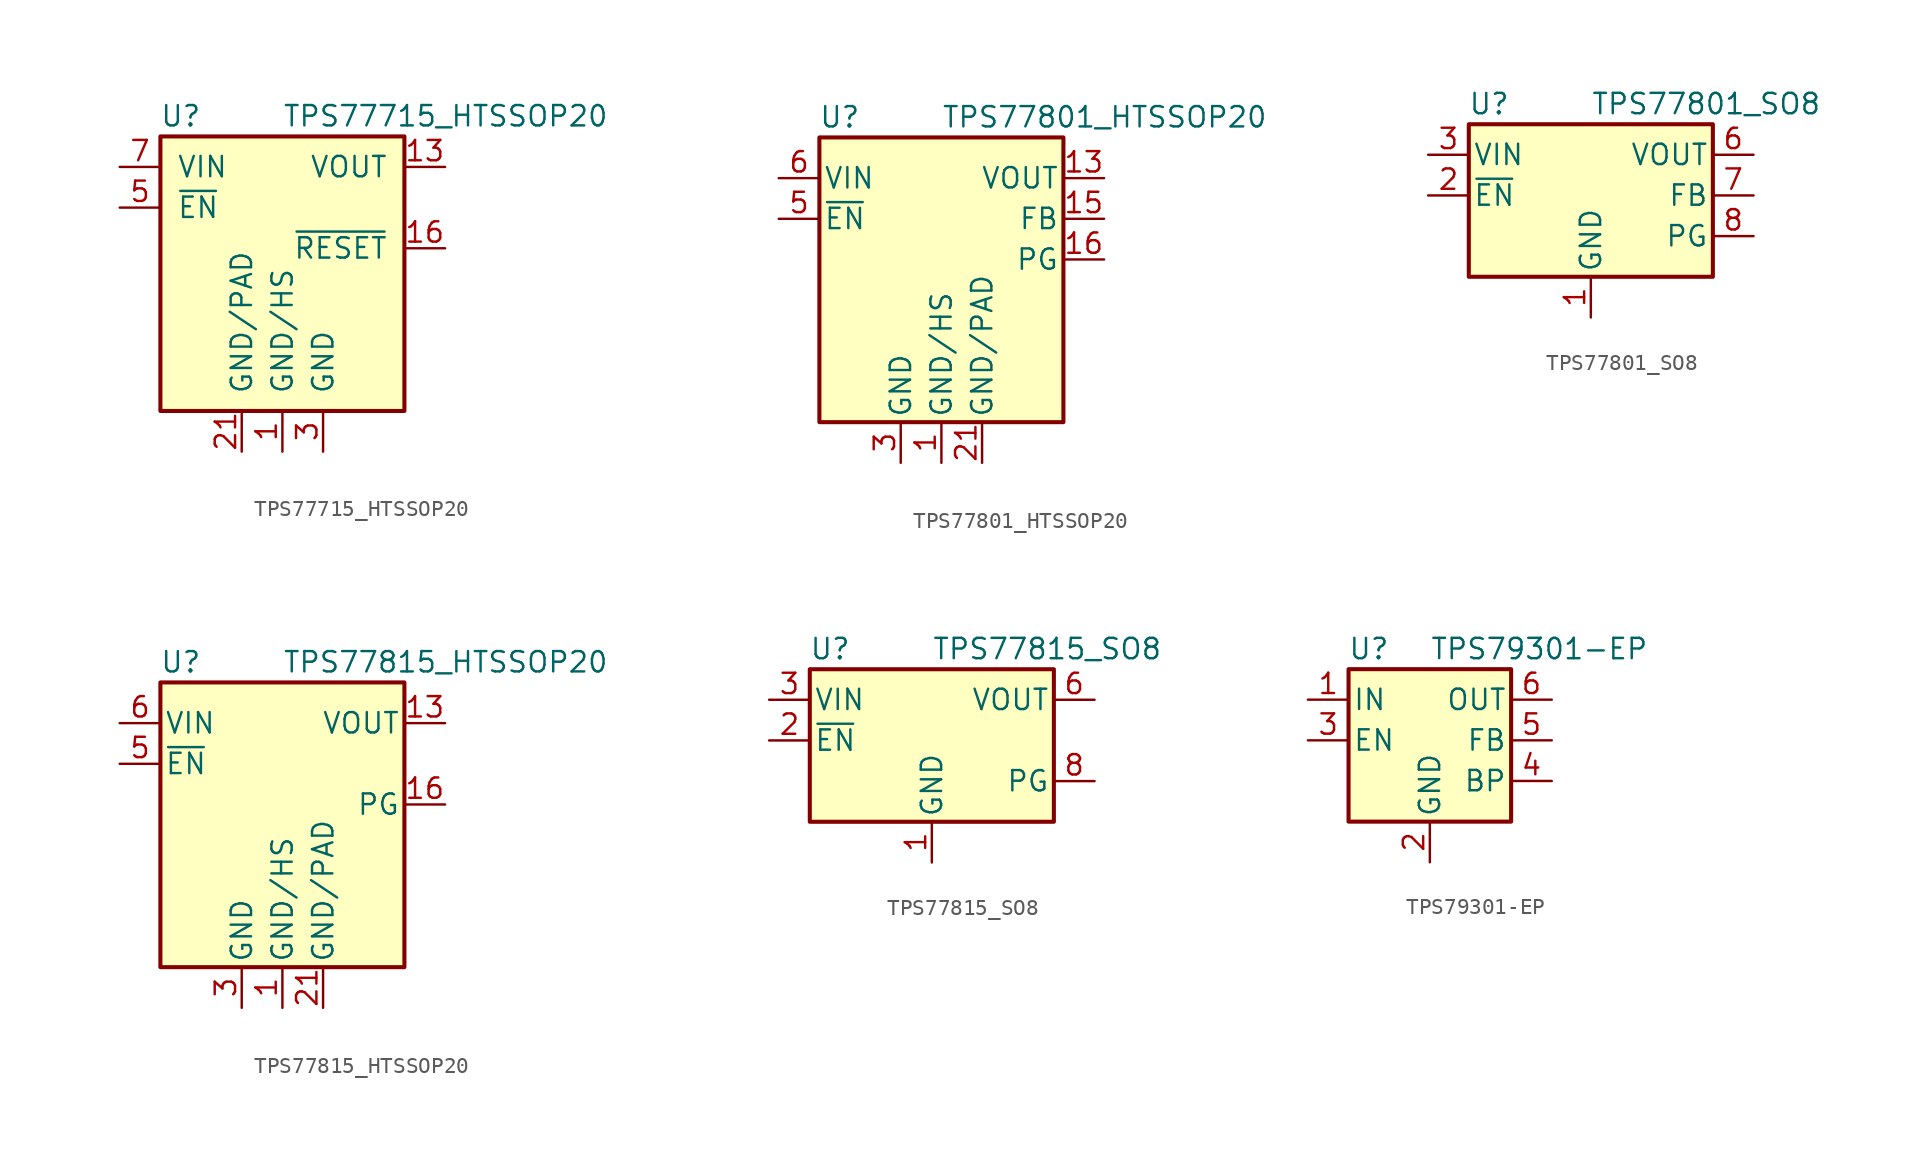
<source format=kicad_sym>
(kicad_symbol_lib
  (version 20201005)
  (generator kicad_symbol_editor)
  (symbol "TPS77715_HTSSOP20"
    (pin_names
      (offset 1.016))
    (property "Reference" "U"
      (at -6.35 5.715 0)
      (effects (font (size 1.27 1.27))))
    (property "Value" "TPS77715_HTSSOP20"
      (at 0 5.715 0)
      (effects (font (size 1.27 1.27)) (justify left)))
    (symbol "TPS77715_HTSSOP20_0_1"
      (rectangle (start -7.62 4.445) (end 7.62 -12.7) (stroke (width 0.254)) (fill (type background))))
    (symbol "TPS77715_HTSSOP20_1_1"
      (pin power_in line (at 0 -15.24 90) (length 2.54) (name "GND/HS" (effects (font (size 1.27 1.27)))) (number "1" (effects (font (size 1.27 1.27)))))
      (pin passive line (at 0 -15.24 90) (length 2.54) hide (name "GND/HS" (effects (font (size 1.27 1.27)))) (number "10" (effects (font (size 1.27 1.27)))))
      (pin passive line (at 0 -15.24 90) (length 2.54) hide (name "GND/HS" (effects (font (size 1.27 1.27)))) (number "11" (effects (font (size 1.27 1.27)))))
      (pin passive line (at 0 -15.24 90) (length 2.54) hide (name "GND/HS" (effects (font (size 1.27 1.27)))) (number "12" (effects (font (size 1.27 1.27)))))
      (pin power_out line (at 10.16 2.54 180) (length 2.54) (name "VOUT" (effects (font (size 1.27 1.27)))) (number "13" (effects (font (size 1.27 1.27)))))
      (pin passive line (at 10.16 2.54 180) (length 2.54) hide (name "VOUT" (effects (font (size 1.27 1.27)))) (number "14" (effects (font (size 1.27 1.27)))))
      (pin no_connect line (at 10.16 0 180) (length 2.54) hide (name "NC" (effects (font (size 1.27 1.27)))) (number "15" (effects (font (size 1.27 1.27)))))
      (pin open_collector line (at 10.16 -2.54 180) (length 2.54) (name "~RESET~" (effects (font (size 1.27 1.27)))) (number "16" (effects (font (size 1.27 1.27)))))
      (pin no_connect line (at 10.16 -5.08 180) (length 2.54) hide (name "NC" (effects (font (size 1.27 1.27)))) (number "17" (effects (font (size 1.27 1.27)))))
      (pin no_connect line (at 10.16 -7.62 180) (length 2.54) hide (name "NC" (effects (font (size 1.27 1.27)))) (number "18" (effects (font (size 1.27 1.27)))))
      (pin passive line (at 0 -15.24 90) (length 2.54) hide (name "GND/HS" (effects (font (size 1.27 1.27)))) (number "19" (effects (font (size 1.27 1.27)))))
      (pin passive line (at 0 -15.24 90) (length 2.54) hide (name "GND/HS" (effects (font (size 1.27 1.27)))) (number "2" (effects (font (size 1.27 1.27)))))
      (pin passive line (at 0 -15.24 90) (length 2.54) hide (name "GND/HS" (effects (font (size 1.27 1.27)))) (number "20" (effects (font (size 1.27 1.27)))))
      (pin power_in line (at -2.54 -15.24 90) (length 2.54) (name "GND/PAD" (effects (font (size 1.27 1.27)))) (number "21" (effects (font (size 1.27 1.27)))))
      (pin power_in line (at 2.54 -15.24 90) (length 2.54) (name "GND" (effects (font (size 1.27 1.27)))) (number "3" (effects (font (size 1.27 1.27)))))
      (pin no_connect line (at -10.16 -2.54 0) (length 2.54) hide (name "NC" (effects (font (size 1.27 1.27)))) (number "4" (effects (font (size 1.27 1.27)))))
      (pin input line (at -10.16 0 0) (length 2.54) (name "~EN~" (effects (font (size 1.27 1.27)))) (number "5" (effects (font (size 1.27 1.27)))))
      (pin passive line (at -10.16 2.54 0) (length 2.54) hide (name "VIN" (effects (font (size 1.27 1.27)))) (number "6" (effects (font (size 1.27 1.27)))))
      (pin power_in line (at -10.16 2.54 0) (length 2.54) (name "VIN" (effects (font (size 1.27 1.27)))) (number "7" (effects (font (size 1.27 1.27)))))
      (pin no_connect line (at -10.16 -5.08 0) (length 2.54) hide (name "NC" (effects (font (size 1.27 1.27)))) (number "8" (effects (font (size 1.27 1.27)))))
      (pin passive line (at 0 -15.24 90) (length 2.54) hide (name "GND/HS" (effects (font (size 1.27 1.27)))) (number "9" (effects (font (size 1.27 1.27)))))))
  (symbol "TPS77801_HTSSOP20"
    (pin_names
      (offset 0.254))
    (property "Reference" "U"
      (at -6.35 8.89 0)
      (effects (font (size 1.27 1.27))))
    (property "Value" "TPS77801_HTSSOP20"
      (at 0 8.89 0)
      (effects (font (size 1.27 1.27)) (justify left)))
    (symbol "TPS77801_HTSSOP20_0_1"
      (rectangle (start -7.62 7.62) (end 7.62 -10.16) (stroke (width 0.254)) (fill (type background))))
    (symbol "TPS77801_HTSSOP20_1_1"
      (pin power_in line (at 0 -12.7 90) (length 2.54) (name "GND/HS" (effects (font (size 1.27 1.27)))) (number "1" (effects (font (size 1.27 1.27)))))
      (pin passive line (at 0 -12.7 90) (length 2.54) hide (name "GND/HS" (effects (font (size 1.27 1.27)))) (number "10" (effects (font (size 1.27 1.27)))))
      (pin passive line (at 0 -12.7 90) (length 2.54) hide (name "GND/HS" (effects (font (size 1.27 1.27)))) (number "11" (effects (font (size 1.27 1.27)))))
      (pin passive line (at 0 -12.7 90) (length 2.54) hide (name "GND/HS" (effects (font (size 1.27 1.27)))) (number "12" (effects (font (size 1.27 1.27)))))
      (pin power_out line (at 10.16 5.08 180) (length 2.54) (name "VOUT" (effects (font (size 1.27 1.27)))) (number "13" (effects (font (size 1.27 1.27)))))
      (pin passive line (at 10.16 5.08 180) (length 2.54) hide (name "VOUT" (effects (font (size 1.27 1.27)))) (number "14" (effects (font (size 1.27 1.27)))))
      (pin passive line (at 10.16 2.54 180) (length 2.54) (name "FB" (effects (font (size 1.27 1.27)))) (number "15" (effects (font (size 1.27 1.27)))))
      (pin open_collector line (at 10.16 0 180) (length 2.54) (name "PG" (effects (font (size 1.27 1.27)))) (number "16" (effects (font (size 1.27 1.27)))))
      (pin no_connect line (at 10.16 -2.54 180) (length 2.54) hide (name "NC" (effects (font (size 1.27 1.27)))) (number "17" (effects (font (size 1.27 1.27)))))
      (pin no_connect line (at 10.16 -5.08 180) (length 2.54) hide (name "NC" (effects (font (size 1.27 1.27)))) (number "18" (effects (font (size 1.27 1.27)))))
      (pin passive line (at 0 -12.7 90) (length 2.54) hide (name "GND/HS" (effects (font (size 1.27 1.27)))) (number "19" (effects (font (size 1.27 1.27)))))
      (pin passive line (at 0 -12.7 90) (length 2.54) hide (name "GND/HS" (effects (font (size 1.27 1.27)))) (number "2" (effects (font (size 1.27 1.27)))))
      (pin passive line (at 0 -12.7 90) (length 2.54) hide (name "GND/HS" (effects (font (size 1.27 1.27)))) (number "20" (effects (font (size 1.27 1.27)))))
      (pin power_in line (at 2.54 -12.7 90) (length 2.54) (name "GND/PAD" (effects (font (size 1.27 1.27)))) (number "21" (effects (font (size 1.27 1.27)))))
      (pin power_in line (at -2.54 -12.7 90) (length 2.54) (name "GND" (effects (font (size 1.27 1.27)))) (number "3" (effects (font (size 1.27 1.27)))))
      (pin no_connect line (at -10.16 0 0) (length 2.54) hide (name "NC" (effects (font (size 1.27 1.27)))) (number "4" (effects (font (size 1.27 1.27)))))
      (pin input line (at -10.16 2.54 0) (length 2.54) (name "~EN~" (effects (font (size 1.27 1.27)))) (number "5" (effects (font (size 1.27 1.27)))))
      (pin power_in line (at -10.16 5.08 0) (length 2.54) (name "VIN" (effects (font (size 1.27 1.27)))) (number "6" (effects (font (size 1.27 1.27)))))
      (pin passive line (at -10.16 5.08 0) (length 2.54) hide (name "VIN" (effects (font (size 1.27 1.27)))) (number "7" (effects (font (size 1.27 1.27)))))
      (pin no_connect line (at -10.16 -2.54 0) (length 2.54) hide (name "NC" (effects (font (size 1.27 1.27)))) (number "8" (effects (font (size 1.27 1.27)))))
      (pin passive line (at 0 -12.7 90) (length 2.54) hide (name "GND/HS" (effects (font (size 1.27 1.27)))) (number "9" (effects (font (size 1.27 1.27)))))))
  (symbol "TPS77801_SO8"
    (pin_names
      (offset 0.254))
    (property "Reference" "U"
      (at -6.35 5.715 0)
      (effects (font (size 1.27 1.27))))
    (property "Value" "TPS77801_SO8"
      (at 0 5.715 0)
      (effects (font (size 1.27 1.27)) (justify left)))
    (symbol "TPS77801_SO8_0_1"
      (rectangle (start -7.62 4.445) (end 7.62 -5.08) (stroke (width 0.254)) (fill (type background))))
    (symbol "TPS77801_SO8_1_1"
      (pin power_in line (at 0 -7.62 90) (length 2.54) (name "GND" (effects (font (size 1.27 1.27)))) (number "1" (effects (font (size 1.27 1.27)))))
      (pin input line (at -10.16 0 0) (length 2.54) (name "~EN~" (effects (font (size 1.27 1.27)))) (number "2" (effects (font (size 1.27 1.27)))))
      (pin power_in line (at -10.16 2.54 0) (length 2.54) (name "VIN" (effects (font (size 1.27 1.27)))) (number "3" (effects (font (size 1.27 1.27)))))
      (pin passive line (at -10.16 2.54 0) (length 2.54) hide (name "VIN" (effects (font (size 1.27 1.27)))) (number "4" (effects (font (size 1.27 1.27)))))
      (pin passive line (at 10.16 2.54 180) (length 2.54) hide (name "VOUT" (effects (font (size 1.27 1.27)))) (number "5" (effects (font (size 1.27 1.27)))))
      (pin power_out line (at 10.16 2.54 180) (length 2.54) (name "VOUT" (effects (font (size 1.27 1.27)))) (number "6" (effects (font (size 1.27 1.27)))))
      (pin passive line (at 10.16 0 180) (length 2.54) (name "FB" (effects (font (size 1.27 1.27)))) (number "7" (effects (font (size 1.27 1.27)))))
      (pin open_collector line (at 10.16 -2.54 180) (length 2.54) (name "PG" (effects (font (size 1.27 1.27)))) (number "8" (effects (font (size 1.27 1.27)))))))
  (symbol "TPS77815_HTSSOP20"
    (pin_names
      (offset 0.254))
    (property "Reference" "U"
      (at -6.35 8.89 0)
      (effects (font (size 1.27 1.27))))
    (property "Value" "TPS77815_HTSSOP20"
      (at 0 8.89 0)
      (effects (font (size 1.27 1.27)) (justify left)))
    (symbol "TPS77815_HTSSOP20_0_1"
      (rectangle (start -7.62 7.62) (end 7.62 -10.16) (stroke (width 0.254)) (fill (type background))))
    (symbol "TPS77815_HTSSOP20_1_1"
      (pin power_in line (at 0 -12.7 90) (length 2.54) (name "GND/HS" (effects (font (size 1.27 1.27)))) (number "1" (effects (font (size 1.27 1.27)))))
      (pin passive line (at 0 -12.7 90) (length 2.54) hide (name "GND/HS" (effects (font (size 1.27 1.27)))) (number "10" (effects (font (size 1.27 1.27)))))
      (pin passive line (at 0 -12.7 90) (length 2.54) hide (name "GND/HS" (effects (font (size 1.27 1.27)))) (number "11" (effects (font (size 1.27 1.27)))))
      (pin passive line (at 0 -12.7 90) (length 2.54) hide (name "GND/HS" (effects (font (size 1.27 1.27)))) (number "12" (effects (font (size 1.27 1.27)))))
      (pin power_out line (at 10.16 5.08 180) (length 2.54) (name "VOUT" (effects (font (size 1.27 1.27)))) (number "13" (effects (font (size 1.27 1.27)))))
      (pin passive line (at 10.16 5.08 180) (length 2.54) hide (name "VOUT" (effects (font (size 1.27 1.27)))) (number "14" (effects (font (size 1.27 1.27)))))
      (pin no_connect line (at 10.16 2.54 180) (length 2.54) hide (name "NC" (effects (font (size 1.27 1.27)))) (number "15" (effects (font (size 1.27 1.27)))))
      (pin open_collector line (at 10.16 0 180) (length 2.54) (name "PG" (effects (font (size 1.27 1.27)))) (number "16" (effects (font (size 1.27 1.27)))))
      (pin no_connect line (at 10.16 -2.54 180) (length 2.54) hide (name "NC" (effects (font (size 1.27 1.27)))) (number "17" (effects (font (size 1.27 1.27)))))
      (pin no_connect line (at 10.16 -5.08 180) (length 2.54) hide (name "NC" (effects (font (size 1.27 1.27)))) (number "18" (effects (font (size 1.27 1.27)))))
      (pin passive line (at 0 -12.7 90) (length 2.54) hide (name "GND/HS" (effects (font (size 1.27 1.27)))) (number "19" (effects (font (size 1.27 1.27)))))
      (pin passive line (at 0 -12.7 90) (length 2.54) hide (name "GND/HS" (effects (font (size 1.27 1.27)))) (number "2" (effects (font (size 1.27 1.27)))))
      (pin passive line (at 0 -12.7 90) (length 2.54) hide (name "GND/HS" (effects (font (size 1.27 1.27)))) (number "20" (effects (font (size 1.27 1.27)))))
      (pin power_in line (at 2.54 -12.7 90) (length 2.54) (name "GND/PAD" (effects (font (size 1.27 1.27)))) (number "21" (effects (font (size 1.27 1.27)))))
      (pin power_in line (at -2.54 -12.7 90) (length 2.54) (name "GND" (effects (font (size 1.27 1.27)))) (number "3" (effects (font (size 1.27 1.27)))))
      (pin no_connect line (at -10.16 0 0) (length 2.54) hide (name "NC" (effects (font (size 1.27 1.27)))) (number "4" (effects (font (size 1.27 1.27)))))
      (pin input line (at -10.16 2.54 0) (length 2.54) (name "~EN~" (effects (font (size 1.27 1.27)))) (number "5" (effects (font (size 1.27 1.27)))))
      (pin power_in line (at -10.16 5.08 0) (length 2.54) (name "VIN" (effects (font (size 1.27 1.27)))) (number "6" (effects (font (size 1.27 1.27)))))
      (pin passive line (at -10.16 5.08 0) (length 2.54) hide (name "VIN" (effects (font (size 1.27 1.27)))) (number "7" (effects (font (size 1.27 1.27)))))
      (pin no_connect line (at -10.16 -2.54 0) (length 2.54) hide (name "NC" (effects (font (size 1.27 1.27)))) (number "8" (effects (font (size 1.27 1.27)))))
      (pin passive line (at 0 -12.7 90) (length 2.54) hide (name "GND/HS" (effects (font (size 1.27 1.27)))) (number "9" (effects (font (size 1.27 1.27)))))))
  (symbol "TPS77815_SO8"
    (pin_names
      (offset 0.254))
    (property "Reference" "U"
      (at -6.35 5.715 0)
      (effects (font (size 1.27 1.27))))
    (property "Value" "TPS77815_SO8"
      (at 0 5.715 0)
      (effects (font (size 1.27 1.27)) (justify left)))
    (symbol "TPS77815_SO8_0_1"
      (rectangle (start -7.62 4.445) (end 7.62 -5.08) (stroke (width 0.254)) (fill (type background))))
    (symbol "TPS77815_SO8_1_1"
      (pin power_in line (at 0 -7.62 90) (length 2.54) (name "GND" (effects (font (size 1.27 1.27)))) (number "1" (effects (font (size 1.27 1.27)))))
      (pin input line (at -10.16 0 0) (length 2.54) (name "~EN~" (effects (font (size 1.27 1.27)))) (number "2" (effects (font (size 1.27 1.27)))))
      (pin power_in line (at -10.16 2.54 0) (length 2.54) (name "VIN" (effects (font (size 1.27 1.27)))) (number "3" (effects (font (size 1.27 1.27)))))
      (pin passive line (at -10.16 2.54 0) (length 2.54) hide (name "VIN" (effects (font (size 1.27 1.27)))) (number "4" (effects (font (size 1.27 1.27)))))
      (pin passive line (at 10.16 2.54 180) (length 2.54) hide (name "VOUT" (effects (font (size 1.27 1.27)))) (number "5" (effects (font (size 1.27 1.27)))))
      (pin power_out line (at 10.16 2.54 180) (length 2.54) (name "VOUT" (effects (font (size 1.27 1.27)))) (number "6" (effects (font (size 1.27 1.27)))))
      (pin no_connect line (at 10.16 0 180) (length 2.54) hide (name "NC" (effects (font (size 1.27 1.27)))) (number "7" (effects (font (size 1.27 1.27)))))
      (pin open_collector line (at 10.16 -2.54 180) (length 2.54) (name "PG" (effects (font (size 1.27 1.27)))) (number "8" (effects (font (size 1.27 1.27)))))))
  (symbol "TPS79301-EP"
    (pin_names
      (offset 0.254))
    (property "Reference" "U"
      (at -3.81 5.715 0)
      (effects (font (size 1.27 1.27))))
    (property "Value" "TPS79301-EP"
      (at 0 5.715 0)
      (effects (font (size 1.27 1.27)) (justify left)))
    (symbol "TPS79301-EP_1_1"
      (rectangle (start 5.08 -5.08) (end -5.08 4.445) (stroke (width 0.254)) (fill (type background)))
      (pin power_in line (at -7.62 2.54 0) (length 2.54) (name "IN" (effects (font (size 1.27 1.27)))) (number "1" (effects (font (size 1.27 1.27)))))
      (pin power_in line (at 0 -7.62 90) (length 2.54) (name "GND" (effects (font (size 1.27 1.27)))) (number "2" (effects (font (size 1.27 1.27)))))
      (pin input line (at -7.62 0 0) (length 2.54) (name "EN" (effects (font (size 1.27 1.27)))) (number "3" (effects (font (size 1.27 1.27)))))
      (pin passive line (at 7.62 -2.54 180) (length 2.54) (name "BP" (effects (font (size 1.27 1.27)))) (number "4" (effects (font (size 1.27 1.27)))))
      (pin input line (at 7.62 0 180) (length 2.54) (name "FB" (effects (font (size 1.27 1.27)))) (number "5" (effects (font (size 1.27 1.27)))))
      (pin power_out line (at 7.62 2.54 180) (length 2.54) (name "OUT" (effects (font (size 1.27 1.27)))) (number "6" (effects (font (size 1.27 1.27))))))))
</source>
